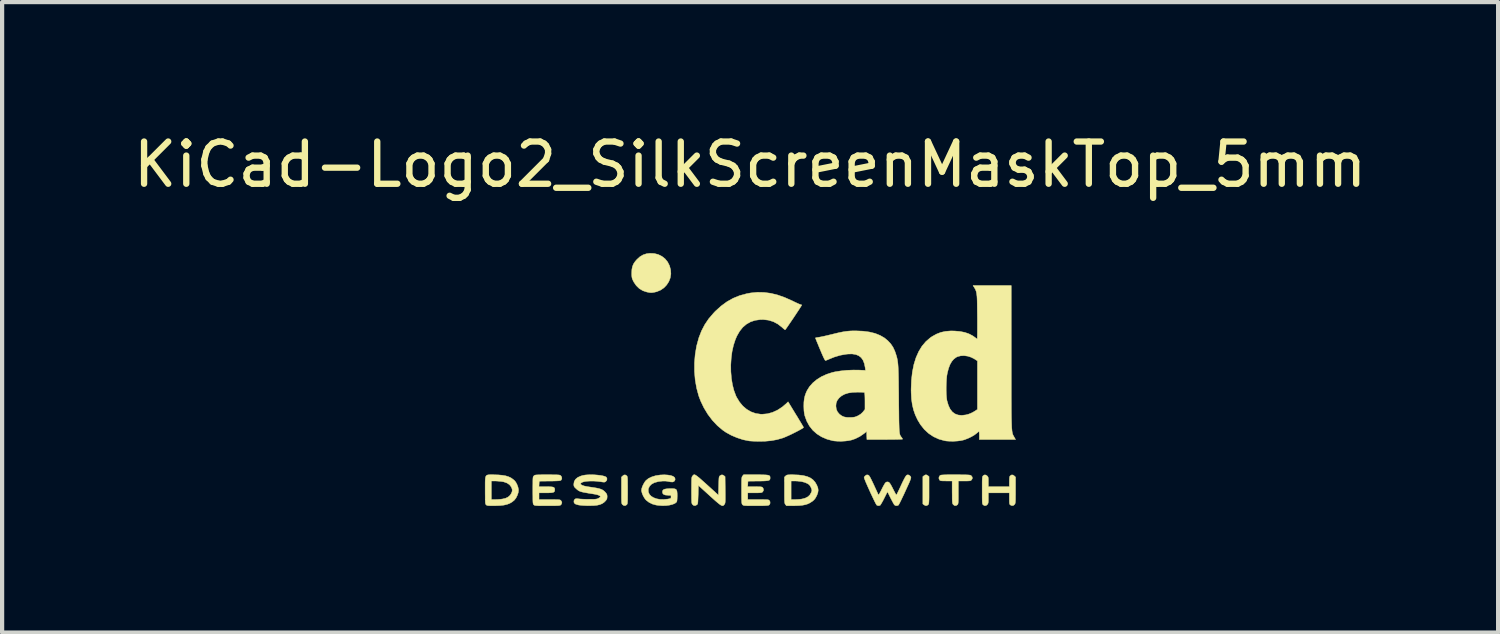
<source format=kicad_pcb>
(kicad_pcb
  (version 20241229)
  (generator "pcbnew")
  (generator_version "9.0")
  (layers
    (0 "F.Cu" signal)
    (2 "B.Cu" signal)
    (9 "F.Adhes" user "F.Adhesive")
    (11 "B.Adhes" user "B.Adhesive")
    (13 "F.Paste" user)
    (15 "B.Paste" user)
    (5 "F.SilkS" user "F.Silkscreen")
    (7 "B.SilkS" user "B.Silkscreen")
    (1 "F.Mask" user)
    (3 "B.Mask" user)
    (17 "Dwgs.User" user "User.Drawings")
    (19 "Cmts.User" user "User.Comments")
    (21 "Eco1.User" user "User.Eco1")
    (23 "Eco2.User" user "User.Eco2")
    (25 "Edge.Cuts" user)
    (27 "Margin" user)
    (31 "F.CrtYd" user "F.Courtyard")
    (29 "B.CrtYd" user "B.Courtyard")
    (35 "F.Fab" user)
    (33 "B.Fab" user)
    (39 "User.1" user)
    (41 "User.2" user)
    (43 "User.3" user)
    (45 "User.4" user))
  (footprint "KiCad-Logo2_SilkScreenMaskTop_5mm"
    (layer "F.Cu")
    (at 14.72 5.928)
    (property "Reference" "KiCad-Logo2_SilkScreenMaskTop_5mm" (at 0 -5.08 0) (layer "F.SilkS") (effects (font (size 1 1) (thickness 0.15))))
    (attr exclude_from_pos_files exclude_from_bom)
    (fp_poly (pts (xy -2.946 -2.511) (xy -2.936 -2.397) (xy -2.904 -2.289) (xy -2.853 -2.19) (xy -2.784 -2.102) (xy -2.699 -2.027) (xy -2.602 -1.97) (xy -2.496 -1.93) (xy -2.389 -1.911) (xy -2.283 -1.913) (xy -2.181 -1.932) (xy -2.085 -1.969) (xy -1.996 -2.021) (xy -1.917 -2.087) (xy -1.849 -2.167) (xy -1.796 -2.258) (xy -1.759 -2.359) (xy -1.74 -2.47) (xy -1.738 -2.52) (xy -1.738 -2.608) (xy -1.687 -2.608) (xy -1.65 -2.605) (xy -1.623 -2.593) (xy -1.596 -2.569) (xy -1.558 -2.531) (xy -1.558 -0.339) (xy -1.558 -0.077) (xy -1.558 0.163) (xy -1.558 0.383) (xy -1.558 0.583) (xy -1.558 0.764) (xy -1.558 0.928) (xy -1.559 1.074) (xy -1.559 1.205) (xy -1.559 1.32) (xy -1.56 1.421) (xy -1.561 1.509) (xy -1.561 1.585) (xy -1.562 1.65) (xy -1.563 1.704) (xy -1.564 1.749) (xy -1.565 1.786) (xy -1.567 1.815) (xy -1.568 1.837) (xy -1.57 1.854) (xy -1.572 1.866) (xy -1.574 1.874) (xy -1.576 1.88) (xy -1.577 1.882) (xy -1.581 1.889) (xy -1.585 1.895) (xy -1.589 1.901) (xy -1.594 1.906) (xy -1.601 1.911) (xy -1.611 1.916) (xy -1.625 1.92) (xy -1.645 1.923) (xy -1.669 1.926) (xy -1.701 1.929) (xy -1.741 1.931) (xy -1.789 1.934) (xy -1.846 1.935) (xy -1.914 1.937) (xy -1.994 1.938) (xy -2.085 1.939) (xy -2.19 1.94) (xy -2.309 1.94) (xy -2.443 1.941) (xy -2.593 1.941) (xy -2.76 1.941) (xy -2.945 1.942) (xy -3.149 1.942) (xy -3.372 1.942) (xy -3.616 1.941) (xy -3.881 1.941) (xy -3.92 1.941) (xy -4.187 1.941) (xy -4.432 1.941) (xy -4.657 1.941) (xy -4.861 1.941) (xy -5.047 1.941) (xy -5.215 1.941) (xy -5.366 1.94) (xy -5.501 1.94) (xy -5.62 1.939) (xy -5.725 1.939) (xy -5.817 1.938) (xy -5.896 1.938) (xy -5.964 1.937) (xy -6.021 1.936) (xy -6.069 1.935) (xy -6.107 1.933) (xy -6.138 1.932) (xy -6.162 1.931) (xy -6.18 1.929) (xy -6.192 1.927) (xy -6.201 1.925) (xy -6.205 1.923) (xy -6.214 1.92) (xy -6.221 1.917) (xy -6.229 1.915) (xy -6.235 1.911) (xy -6.241 1.906) (xy -6.246 1.897) (xy -6.251 1.885) (xy -6.255 1.869) (xy -6.259 1.846) (xy -6.262 1.818) (xy -6.265 1.781) (xy -6.268 1.737) (xy -6.27 1.683) (xy -6.271 1.618) (xy -6.273 1.543) (xy -6.274 1.455) (xy -6.275 1.354) (xy -6.276 1.239) (xy -6.276 1.11) (xy -6.276 0.964) (xy -6.277 0.802) (xy -6.277 0.621) (xy -6.277 0.422) (xy -6.277 0.204) (xy -6.277 -0.035) (xy -6.277 -0.296) (xy -6.277 -0.338) (xy -6.277 -0.601) (xy -6.277 -0.842) (xy -6.277 -1.063) (xy -6.277 -1.264) (xy -6.277 -1.446) (xy -6.276 -1.61) (xy -6.276 -1.757) (xy -6.276 -1.888) (xy -6.275 -1.998) (xy -5.972 -1.998) (xy -5.932 -1.94) (xy -5.921 -1.925) (xy -5.911 -1.911) (xy -5.902 -1.897) (xy -5.894 -1.883) (xy -5.887 -1.868) (xy -5.881 -1.849) (xy -5.875 -1.826) (xy -5.871 -1.798) (xy -5.867 -1.764) (xy -5.863 -1.722) (xy -5.861 -1.67) (xy -5.858 -1.609) (xy -5.857 -1.537) (xy -5.855 -1.452) (xy -5.855 -1.354) (xy -5.854 -1.24) (xy -5.853 -1.111) (xy -5.853 -0.965) (xy -5.853 -0.8) (xy -5.853 -0.616) (xy -5.853 -0.41) (xy -5.853 -0.288) (xy -5.853 -0.071) (xy -5.853 0.125) (xy -5.853 0.3) (xy -5.853 0.456) (xy -5.854 0.595) (xy -5.854 0.717) (xy -5.855 0.823) (xy -5.856 0.915) (xy -5.857 0.994) (xy -5.859 1.062) (xy -5.862 1.118) (xy -5.865 1.165) (xy -5.868 1.204) (xy -5.872 1.235) (xy -5.877 1.261) (xy -5.883 1.282) (xy -5.89 1.299) (xy -5.897 1.314) (xy -5.906 1.327) (xy -5.915 1.341) (xy -5.925 1.356) (xy -5.932 1.365) (xy -5.97 1.422) (xy -5.439 1.422) (xy -5.315 1.422) (xy -5.213 1.422) (xy -5.129 1.422) (xy -5.063 1.421) (xy -5.012 1.42) (xy -4.974 1.419) (xy -4.948 1.417) (xy -4.932 1.415) (xy -4.923 1.412) (xy -4.921 1.408) (xy -4.923 1.404) (xy -4.925 1.403) (xy -4.95 1.366) (xy -4.976 1.313) (xy -4.999 1.251) (xy -5.007 1.224) (xy -5.012 1.206) (xy -5.016 1.185) (xy -5.019 1.159) (xy -5.022 1.126) (xy -5.024 1.083) (xy -5.026 1.028) (xy -5.028 0.96) (xy -5.029 0.877) (xy -5.03 0.775) (xy -5.031 0.654) (xy -5.032 0.61) (xy -5.033 0.484) (xy -5.033 0.38) (xy -5.034 0.295) (xy -5.034 0.227) (xy -5.034 0.174) (xy -5.033 0.135) (xy -5.031 0.107) (xy -5.029 0.09) (xy -5.027 0.081) (xy -5.023 0.078) (xy -5.019 0.08) (xy -5.015 0.085) (xy -5.004 0.098) (xy -4.982 0.127) (xy -4.95 0.17) (xy -4.909 0.225) (xy -4.861 0.289) (xy -4.808 0.362) (xy -4.751 0.44) (xy -4.691 0.521) (xy -4.631 0.603) (xy -4.572 0.685) (xy -4.514 0.763) (xy -4.461 0.836) (xy -4.413 0.902) (xy -4.373 0.959) (xy -4.341 1.004) (xy -4.318 1.035) (xy -4.314 1.041) (xy -4.291 1.078) (xy -4.264 1.126) (xy -4.239 1.176) (xy -4.236 1.183) (xy -4.214 1.231) (xy -4.201 1.268) (xy -4.196 1.304) (xy -4.194 1.346) (xy -4.195 1.422) (xy -3.041 1.422) (xy -3.132 1.329) (xy -3.179 1.279) (xy -3.229 1.222) (xy -3.275 1.168) (xy -3.295 1.143) (xy -3.326 1.103) (xy -3.366 1.05) (xy -3.414 0.985) (xy -3.47 0.909) (xy -3.532 0.825) (xy -3.599 0.733) (xy -3.669 0.636) (xy -3.743 0.535) (xy -3.817 0.432) (xy -3.892 0.328) (xy -3.966 0.225) (xy -4.038 0.125) (xy -4.106 0.029) (xy -4.17 -0.061) (xy -4.229 -0.144) (xy -4.28 -0.218) (xy -4.324 -0.28) (xy -4.359 -0.33) (xy -4.383 -0.367) (xy -4.396 -0.387) (xy -4.398 -0.391) (xy -4.39 -0.403) (xy -4.369 -0.43) (xy -4.337 -0.471) (xy -4.294 -0.525) (xy -4.243 -0.589) (xy -4.185 -0.663) (xy -4.12 -0.744) (xy -4.051 -0.831) (xy -3.979 -0.921) (xy -3.904 -1.014) (xy -3.845 -1.088) (xy -2.834 -1.088) (xy -2.828 -1.075) (xy -2.813 -1.053) (xy -2.812 -1.052) (xy -2.793 -1.021) (xy -2.774 -0.985) (xy -2.77 -0.976) (xy -2.766 -0.968) (xy -2.763 -0.958) (xy -2.76 -0.945) (xy -2.758 -0.927) (xy -2.756 -0.904) (xy -2.754 -0.873) (xy -2.753 -0.833) (xy -2.751 -0.784) (xy -2.75 -0.723) (xy -2.749 -0.649) (xy -2.749 -0.561) (xy -2.748 -0.457) (xy -2.747 -0.337) (xy -2.747 -0.198) (xy -2.746 -0.039) (xy -2.746 0.14) (xy -2.745 0.325) (xy -2.745 0.489) (xy -2.745 0.633) (xy -2.744 0.759) (xy -2.745 0.868) (xy -2.745 0.961) (xy -2.747 1.04) (xy -2.748 1.106) (xy -2.75 1.161) (xy -2.753 1.206) (xy -2.757 1.242) (xy -2.761 1.271) (xy -2.766 1.295) (xy -2.772 1.313) (xy -2.779 1.329) (xy -2.787 1.344) (xy -2.797 1.358) (xy -2.805 1.37) (xy -2.822 1.396) (xy -2.832 1.414) (xy -2.834 1.417) (xy -2.823 1.418) (xy -2.791 1.419) (xy -2.742 1.42) (xy -2.677 1.421) (xy -2.599 1.422) (xy -2.51 1.422) (xy -2.411 1.422) (xy -2.342 1.422) (xy -2.237 1.422) (xy -2.141 1.422) (xy -2.054 1.421) (xy -1.98 1.419) (xy -1.921 1.418) (xy -1.879 1.416) (xy -1.855 1.414) (xy -1.851 1.412) (xy -1.859 1.398) (xy -1.867 1.39) (xy -1.88 1.372) (xy -1.897 1.342) (xy -1.909 1.318) (xy -1.936 1.259) (xy -1.939 0.082) (xy -1.942 -1.095) (xy -2.388 -1.095) (xy -2.486 -1.095) (xy -2.576 -1.094) (xy -2.657 -1.094) (xy -2.725 -1.093) (xy -2.779 -1.092) (xy -2.815 -1.09) (xy -2.833 -1.089) (xy -2.834 -1.088) (xy -3.845 -1.088) (xy -3.829 -1.107) (xy -3.755 -1.199) (xy -3.683 -1.289) (xy -3.615 -1.374) (xy -3.551 -1.452) (xy -3.494 -1.523) (xy -3.444 -1.584) (xy -3.403 -1.633) (xy -3.386 -1.654) (xy -3.3 -1.754) (xy -3.223 -1.838) (xy -3.154 -1.906) (xy -3.091 -1.96) (xy -3.082 -1.967) (xy -3.042 -1.998) (xy -4.174 -1.998) (xy -4.169 -1.95) (xy -4.172 -1.893) (xy -4.194 -1.825) (xy -4.234 -1.745) (xy -4.279 -1.673) (xy -4.295 -1.65) (xy -4.323 -1.612) (xy -4.361 -1.562) (xy -4.408 -1.501) (xy -4.462 -1.432) (xy -4.52 -1.356) (xy -4.582 -1.276) (xy -4.646 -1.194) (xy -4.71 -1.112) (xy -4.773 -1.032) (xy -4.832 -0.957) (xy -4.887 -0.888) (xy -4.935 -0.828) (xy -4.974 -0.778) (xy -5.004 -0.742) (xy -5.022 -0.72) (xy -5.025 -0.717) (xy -5.028 -0.725) (xy -5.03 -0.755) (xy -5.032 -0.807) (xy -5.033 -0.881) (xy -5.033 -0.977) (xy -5.033 -1.094) (xy -5.032 -1.214) (xy -5.03 -1.346) (xy -5.029 -1.457) (xy -5.027 -1.551) (xy -5.024 -1.629) (xy -5.021 -1.692) (xy -5.016 -1.745) (xy -5.009 -1.788) (xy -5.002 -1.823) (xy -4.992 -1.854) (xy -4.98 -1.882) (xy -4.965 -1.91) (xy -4.95 -1.935) (xy -4.912 -1.998) (xy -5.972 -1.998) (xy -6.275 -1.998) (xy -6.275 -2.004) (xy -6.274 -2.106) (xy -6.273 -2.195) (xy -6.272 -2.272) (xy -6.27 -2.337) (xy -6.269 -2.393) (xy -6.266 -2.438) (xy -6.264 -2.475) (xy -6.261 -2.505) (xy -6.258 -2.528) (xy -6.254 -2.546) (xy -6.25 -2.559) (xy -6.245 -2.568) (xy -6.24 -2.574) (xy -6.234 -2.579) (xy -6.228 -2.582) (xy -6.222 -2.586) (xy -6.216 -2.589) (xy -6.21 -2.592) (xy -6.202 -2.594) (xy -6.19 -2.596) (xy -6.173 -2.598) (xy -6.149 -2.6) (xy -6.118 -2.601) (xy -6.079 -2.602) (xy -6.03 -2.603) (xy -5.971 -2.604) (xy -5.899 -2.605) (xy -5.815 -2.606) (xy -5.718 -2.606) (xy -5.605 -2.607) (xy -5.476 -2.607) (xy -5.33 -2.607) (xy -5.166 -2.608) (xy -4.982 -2.608) (xy -4.778 -2.608) (xy -4.567 -2.608) (xy -2.946 -2.608) (xy -2.946 -2.511)) (stroke (width 0.01) (type solid)) (fill yes) (layer "F.Mask"))
    (fp_poly (pts (xy 4.189 2.276) (xy 4.212 2.291) (xy 4.239 2.312) (xy 4.239 2.634) (xy 4.239 2.728) (xy 4.239 2.802) (xy 4.238 2.859) (xy 4.236 2.901) (xy 4.234 2.931) (xy 4.231 2.951) (xy 4.227 2.965) (xy 4.221 2.974) (xy 4.217 2.979) (xy 4.186 3) (xy 4.15 2.999) (xy 4.119 2.981) (xy 4.092 2.96) (xy 4.092 2.312) (xy 4.119 2.291) (xy 4.145 2.275) (xy 4.166 2.269) (xy 4.189 2.276)) (stroke (width 0.01) (type solid)) (fill yes) (layer "F.SilkS"))
    (fp_poly (pts (xy -2.924 2.292) (xy -2.917 2.299) (xy -2.912 2.309) (xy -2.908 2.324) (xy -2.905 2.346) (xy -2.903 2.378) (xy -2.902 2.422) (xy -2.902 2.482) (xy -2.901 2.56) (xy -2.901 2.636) (xy -2.901 2.73) (xy -2.902 2.804) (xy -2.902 2.86) (xy -2.904 2.902) (xy -2.906 2.932) (xy -2.909 2.952) (xy -2.913 2.965) (xy -2.919 2.974) (xy -2.924 2.98) (xy -2.957 3) (xy -2.992 2.998) (xy -3.023 2.977) (xy -3.031 2.968) (xy -3.036 2.959) (xy -3.041 2.945) (xy -3.044 2.924) (xy -3.046 2.895) (xy -3.047 2.853) (xy -3.048 2.796) (xy -3.048 2.722) (xy -3.048 2.638) (xy -3.048 2.324) (xy -3.02 2.297) (xy -2.986 2.273) (xy -2.953 2.273) (xy -2.924 2.292)) (stroke (width 0.01) (type solid)) (fill yes) (layer "F.SilkS"))
    (fp_poly (pts (xy -2.273 -2.973) (xy -2.177 -2.949) (xy -2.09 -2.906) (xy -2.015 -2.847) (xy -1.954 -2.772) (xy -1.909 -2.683) (xy -1.883 -2.586) (xy -1.877 -2.489) (xy -1.892 -2.395) (xy -1.926 -2.307) (xy -1.977 -2.228) (xy -2.042 -2.16) (xy -2.121 -2.106) (xy -2.212 -2.068) (xy -2.263 -2.056) (xy -2.308 -2.048) (xy -2.342 -2.045) (xy -2.375 -2.047) (xy -2.415 -2.054) (xy -2.449 -2.061) (xy -2.542 -2.092) (xy -2.626 -2.143) (xy -2.698 -2.213) (xy -2.756 -2.298) (xy -2.77 -2.326) (xy -2.787 -2.362) (xy -2.797 -2.392) (xy -2.802 -2.425) (xy -2.805 -2.466) (xy -2.805 -2.512) (xy -2.801 -2.596) (xy -2.787 -2.665) (xy -2.762 -2.726) (xy -2.723 -2.784) (xy -2.684 -2.829) (xy -2.612 -2.895) (xy -2.537 -2.94) (xy -2.455 -2.967) (xy -2.377 -2.977) (xy -2.273 -2.973)) (stroke (width 0.01) (type solid)) (fill yes) (layer "F.SilkS"))
    (fp_poly (pts (xy 4.963 2.269) (xy 5.042 2.27) (xy 5.103 2.27) (xy 5.149 2.272) (xy 5.182 2.274) (xy 5.205 2.277) (xy 5.221 2.28) (xy 5.231 2.285) (xy 5.236 2.289) (xy 5.261 2.321) (xy 5.265 2.355) (xy 5.249 2.386) (xy 5.238 2.398) (xy 5.227 2.406) (xy 5.211 2.412) (xy 5.186 2.414) (xy 5.147 2.416) (xy 5.09 2.416) (xy 5.079 2.416) (xy 4.933 2.416) (xy 4.933 2.687) (xy 4.933 2.772) (xy 4.933 2.838) (xy 4.932 2.887) (xy 4.93 2.922) (xy 4.927 2.946) (xy 4.923 2.962) (xy 4.918 2.972) (xy 4.911 2.98) (xy 4.878 3) (xy 4.843 2.999) (xy 4.812 2.976) (xy 4.81 2.973) (xy 4.802 2.962) (xy 4.797 2.95) (xy 4.793 2.933) (xy 4.79 2.908) (xy 4.788 2.872) (xy 4.787 2.822) (xy 4.787 2.755) (xy 4.786 2.68) (xy 4.786 2.416) (xy 4.647 2.416) (xy 4.587 2.415) (xy 4.546 2.414) (xy 4.519 2.411) (xy 4.502 2.405) (xy 4.49 2.397) (xy 4.489 2.395) (xy 4.473 2.362) (xy 4.474 2.324) (xy 4.493 2.292) (xy 4.5 2.285) (xy 4.51 2.28) (xy 4.524 2.276) (xy 4.545 2.274) (xy 4.575 2.272) (xy 4.618 2.27) (xy 4.676 2.269) (xy 4.75 2.269) (xy 4.844 2.269) (xy 4.864 2.269) (xy 4.963 2.269)) (stroke (width 0.01) (type solid)) (fill yes) (layer "F.SilkS"))
    (fp_poly (pts (xy 6.229 2.275) (xy 6.26 2.297) (xy 6.288 2.324) (xy 6.288 2.634) (xy 6.288 2.726) (xy 6.287 2.798) (xy 6.287 2.853) (xy 6.285 2.893) (xy 6.283 2.922) (xy 6.28 2.942) (xy 6.275 2.956) (xy 6.269 2.967) (xy 6.265 2.973) (xy 6.234 2.998) (xy 6.198 3) (xy 6.166 2.985) (xy 6.156 2.976) (xy 6.148 2.965) (xy 6.144 2.946) (xy 6.142 2.915) (xy 6.141 2.869) (xy 6.141 2.833) (xy 6.141 2.698) (xy 5.644 2.698) (xy 5.644 2.821) (xy 5.644 2.877) (xy 5.642 2.915) (xy 5.638 2.941) (xy 5.63 2.96) (xy 5.621 2.973) (xy 5.59 2.998) (xy 5.555 3.001) (xy 5.522 2.983) (xy 5.513 2.974) (xy 5.506 2.962) (xy 5.502 2.943) (xy 5.499 2.914) (xy 5.498 2.87) (xy 5.497 2.808) (xy 5.497 2.794) (xy 5.497 2.678) (xy 5.497 2.582) (xy 5.497 2.504) (xy 5.497 2.443) (xy 5.498 2.396) (xy 5.5 2.361) (xy 5.502 2.335) (xy 5.505 2.318) (xy 5.51 2.306) (xy 5.515 2.298) (xy 5.52 2.292) (xy 5.552 2.272) (xy 5.585 2.275) (xy 5.617 2.297) (xy 5.629 2.311) (xy 5.638 2.327) (xy 5.642 2.35) (xy 5.644 2.384) (xy 5.644 2.436) (xy 5.644 2.551) (xy 6.141 2.551) (xy 6.141 2.433) (xy 6.142 2.378) (xy 6.144 2.341) (xy 6.148 2.317) (xy 6.155 2.301) (xy 6.164 2.292) (xy 6.196 2.272) (xy 6.229 2.275)) (stroke (width 0.01) (type solid)) (fill yes) (layer "F.SilkS"))
    (fp_poly (pts (xy 1.018 2.269) (xy 1.147 2.274) (xy 1.257 2.287) (xy 1.349 2.31) (xy 1.426 2.343) (xy 1.489 2.388) (xy 1.539 2.444) (xy 1.58 2.514) (xy 1.58 2.515) (xy 1.605 2.577) (xy 1.613 2.633) (xy 1.606 2.688) (xy 1.584 2.751) (xy 1.579 2.761) (xy 1.55 2.817) (xy 1.517 2.86) (xy 1.475 2.897) (xy 1.417 2.934) (xy 1.414 2.936) (xy 1.364 2.96) (xy 1.307 2.978) (xy 1.24 2.991) (xy 1.159 2.999) (xy 1.06 3.002) (xy 1.025 3.002) (xy 0.86 3.003) (xy 0.836 2.973) (xy 0.829 2.963) (xy 0.824 2.952) (xy 0.82 2.936) (xy 0.817 2.913) (xy 0.815 2.88) (xy 0.814 2.856) (xy 0.971 2.856) (xy 1.065 2.856) (xy 1.12 2.854) (xy 1.176 2.85) (xy 1.222 2.844) (xy 1.225 2.844) (xy 1.307 2.822) (xy 1.371 2.789) (xy 1.418 2.743) (xy 1.451 2.683) (xy 1.457 2.667) (xy 1.463 2.642) (xy 1.46 2.618) (xy 1.448 2.585) (xy 1.441 2.569) (xy 1.418 2.527) (xy 1.39 2.497) (xy 1.359 2.477) (xy 1.297 2.45) (xy 1.218 2.43) (xy 1.125 2.419) (xy 1.058 2.416) (xy 0.971 2.416) (xy 0.971 2.856) (xy 0.814 2.856) (xy 0.814 2.835) (xy 0.813 2.774) (xy 0.813 2.696) (xy 0.813 2.634) (xy 0.813 2.324) (xy 0.841 2.297) (xy 0.853 2.286) (xy 0.866 2.278) (xy 0.885 2.273) (xy 0.913 2.27) (xy 0.955 2.269) (xy 1.015 2.269) (xy 1.018 2.269)) (stroke (width 0.01) (type solid)) (fill yes) (layer "F.SilkS"))
    (fp_poly (pts (xy -6.121 2.269) (xy -6.082 2.269) (xy -5.966 2.272) (xy -5.869 2.281) (xy -5.788 2.295) (xy -5.719 2.317) (xy -5.658 2.347) (xy -5.604 2.387) (xy -5.584 2.404) (xy -5.552 2.443) (xy -5.523 2.497) (xy -5.5 2.557) (xy -5.488 2.615) (xy -5.486 2.636) (xy -5.494 2.695) (xy -5.516 2.759) (xy -5.547 2.82) (xy -5.584 2.868) (xy -5.59 2.874) (xy -5.641 2.915) (xy -5.696 2.947) (xy -5.76 2.971) (xy -5.834 2.988) (xy -5.924 2.998) (xy -6.031 3.002) (xy -6.08 3.003) (xy -6.142 3.003) (xy -6.186 3.001) (xy -6.215 2.999) (xy -6.234 2.994) (xy -6.247 2.987) (xy -6.254 2.98) (xy -6.261 2.973) (xy -6.266 2.963) (xy -6.27 2.948) (xy -6.273 2.926) (xy -6.274 2.894) (xy -6.276 2.85) (xy -6.276 2.79) (xy -6.277 2.712) (xy -6.277 2.636) (xy -6.277 2.535) (xy -6.277 2.454) (xy -6.276 2.416) (xy -6.13 2.416) (xy -6.13 2.856) (xy -6.037 2.856) (xy -5.981 2.854) (xy -5.922 2.85) (xy -5.873 2.844) (xy -5.872 2.844) (xy -5.792 2.825) (xy -5.731 2.795) (xy -5.684 2.753) (xy -5.655 2.707) (xy -5.636 2.656) (xy -5.638 2.608) (xy -5.659 2.557) (xy -5.7 2.504) (xy -5.758 2.465) (xy -5.833 2.438) (xy -5.883 2.429) (xy -5.939 2.423) (xy -6 2.418) (xy -6.051 2.416) (xy -6.054 2.416) (xy -6.13 2.416) (xy -6.276 2.416) (xy -6.275 2.392) (xy -6.271 2.345) (xy -6.263 2.312) (xy -6.25 2.29) (xy -6.23 2.277) (xy -6.203 2.27) (xy -6.167 2.269) (xy -6.121 2.269)) (stroke (width 0.01) (type solid)) (fill yes) (layer "F.SilkS"))
    (fp_poly (pts (xy -1.3 2.273) (xy -1.277 2.287) (xy -1.246 2.31) (xy -1.206 2.342) (xy -1.156 2.386) (xy -1.094 2.441) (xy -1.018 2.509) (xy -0.931 2.588) (xy -0.751 2.752) (xy -0.745 2.532) (xy -0.743 2.456) (xy -0.741 2.4) (xy -0.739 2.36) (xy -0.736 2.332) (xy -0.731 2.314) (xy -0.725 2.303) (xy -0.717 2.294) (xy -0.713 2.291) (xy -0.678 2.272) (xy -0.645 2.274) (xy -0.619 2.291) (xy -0.593 2.312) (xy -0.589 2.627) (xy -0.588 2.72) (xy -0.588 2.793) (xy -0.588 2.848) (xy -0.589 2.889) (xy -0.591 2.919) (xy -0.594 2.939) (xy -0.598 2.953) (xy -0.604 2.964) (xy -0.61 2.972) (xy -0.623 2.988) (xy -0.637 2.999) (xy -0.652 3.003) (xy -0.671 2.999) (xy -0.695 2.987) (xy -0.727 2.965) (xy -0.768 2.932) (xy -0.821 2.887) (xy -0.886 2.829) (xy -0.96 2.762) (xy -1.225 2.521) (xy -1.23 2.741) (xy -1.233 2.816) (xy -1.235 2.872) (xy -1.237 2.913) (xy -1.24 2.94) (xy -1.244 2.958) (xy -1.25 2.969) (xy -1.259 2.978) (xy -1.263 2.981) (xy -1.3 3) (xy -1.335 2.997) (xy -1.365 2.973) (xy -1.372 2.963) (xy -1.378 2.952) (xy -1.382 2.936) (xy -1.385 2.913) (xy -1.386 2.88) (xy -1.388 2.835) (xy -1.388 2.774) (xy -1.389 2.694) (xy -1.389 2.636) (xy -1.388 2.544) (xy -1.388 2.473) (xy -1.387 2.418) (xy -1.386 2.378) (xy -1.384 2.349) (xy -1.38 2.329) (xy -1.376 2.315) (xy -1.37 2.305) (xy -1.365 2.299) (xy -1.354 2.285) (xy -1.343 2.274) (xy -1.332 2.268) (xy -1.318 2.267) (xy -1.3 2.273)) (stroke (width 0.01) (type solid)) (fill yes) (layer "F.SilkS"))
    (fp_poly (pts (xy -1.95 2.275) (xy -1.882 2.286) (xy -1.829 2.304) (xy -1.795 2.327) (xy -1.785 2.341) (xy -1.776 2.372) (xy -1.782 2.4) (xy -1.802 2.427) (xy -1.834 2.44) (xy -1.879 2.439) (xy -1.914 2.432) (xy -1.992 2.419) (xy -2.072 2.418) (xy -2.162 2.428) (xy -2.186 2.433) (xy -2.269 2.456) (xy -2.334 2.491) (xy -2.38 2.537) (xy -2.407 2.592) (xy -2.413 2.621) (xy -2.409 2.68) (xy -2.386 2.732) (xy -2.345 2.776) (xy -2.288 2.811) (xy -2.219 2.837) (xy -2.138 2.852) (xy -2.048 2.854) (xy -1.951 2.845) (xy -1.945 2.844) (xy -1.907 2.836) (xy -1.885 2.83) (xy -1.876 2.819) (xy -1.874 2.802) (xy -1.874 2.793) (xy -1.874 2.754) (xy -1.942 2.754) (xy -2.003 2.75) (xy -2.044 2.737) (xy -2.068 2.714) (xy -2.077 2.679) (xy -2.077 2.674) (xy -2.072 2.645) (xy -2.054 2.623) (xy -2.022 2.609) (xy -1.972 2.601) (xy -1.923 2.598) (xy -1.852 2.596) (xy -1.801 2.599) (xy -1.766 2.609) (xy -1.744 2.628) (xy -1.733 2.66) (xy -1.728 2.708) (xy -1.727 2.77) (xy -1.729 2.84) (xy -1.733 2.887) (xy -1.74 2.912) (xy -1.741 2.914) (xy -1.78 2.946) (xy -1.837 2.97) (xy -1.909 2.988) (xy -1.991 2.999) (xy -2.081 3.001) (xy -2.175 2.994) (xy -2.23 2.986) (xy -2.316 2.962) (xy -2.396 2.922) (xy -2.463 2.87) (xy -2.473 2.86) (xy -2.506 2.816) (xy -2.536 2.762) (xy -2.559 2.706) (xy -2.572 2.654) (xy -2.574 2.635) (xy -2.567 2.593) (xy -2.55 2.542) (xy -2.524 2.488) (xy -2.495 2.439) (xy -2.469 2.406) (xy -2.408 2.357) (xy -2.329 2.319) (xy -2.235 2.29) (xy -2.129 2.274) (xy -2.032 2.27) (xy -1.95 2.275)) (stroke (width 0.01) (type solid)) (fill yes) (layer "F.SilkS"))
    (fp_poly (pts (xy 0.23 2.269) (xy 0.307 2.27) (xy 0.365 2.272) (xy 0.408 2.276) (xy 0.438 2.282) (xy 0.457 2.291) (xy 0.468 2.303) (xy 0.473 2.319) (xy 0.474 2.339) (xy 0.474 2.341) (xy 0.473 2.364) (xy 0.468 2.382) (xy 0.457 2.395) (xy 0.437 2.404) (xy 0.406 2.41) (xy 0.36 2.414) (xy 0.298 2.417) (xy 0.216 2.418) (xy 0.191 2.418) (xy -0.051 2.421) (xy -0.054 2.486) (xy -0.058 2.551) (xy 0.111 2.551) (xy 0.176 2.552) (xy 0.223 2.553) (xy 0.255 2.555) (xy 0.276 2.559) (xy 0.289 2.565) (xy 0.299 2.573) (xy 0.299 2.573) (xy 0.316 2.607) (xy 0.316 2.643) (xy 0.297 2.674) (xy 0.294 2.678) (xy 0.281 2.686) (xy 0.263 2.692) (xy 0.237 2.695) (xy 0.197 2.697) (xy 0.142 2.698) (xy 0.106 2.698) (xy -0.056 2.698) (xy -0.056 2.856) (xy 0.19 2.856) (xy 0.272 2.856) (xy 0.333 2.857) (xy 0.379 2.858) (xy 0.41 2.86) (xy 0.431 2.864) (xy 0.445 2.868) (xy 0.453 2.874) (xy 0.455 2.877) (xy 0.472 2.908) (xy 0.473 2.944) (xy 0.46 2.975) (xy 0.449 2.985) (xy 0.438 2.991) (xy 0.421 2.995) (xy 0.396 2.998) (xy 0.359 3) (xy 0.308 3.002) (xy 0.24 3.003) (xy 0.153 3.003) (xy 0.133 3.003) (xy 0.045 3.003) (xy -0.024 3.002) (xy -0.075 3.002) (xy -0.113 3) (xy -0.139 2.998) (xy -0.156 2.994) (xy -0.167 2.989) (xy -0.176 2.983) (xy -0.18 2.978) (xy -0.187 2.97) (xy -0.192 2.96) (xy -0.196 2.945) (xy -0.199 2.923) (xy -0.201 2.89) (xy -0.202 2.845) (xy -0.203 2.785) (xy -0.203 2.707) (xy -0.203 2.641) (xy -0.203 2.549) (xy -0.203 2.476) (xy -0.202 2.421) (xy -0.201 2.38) (xy -0.198 2.35) (xy -0.195 2.33) (xy -0.191 2.316) (xy -0.185 2.305) (xy -0.18 2.299) (xy -0.156 2.269) (xy 0.134 2.269) (xy 0.23 2.269)) (stroke (width 0.01) (type solid)) (fill yes) (layer "F.SilkS"))
    (fp_poly (pts (xy -4.713 2.269) (xy -4.643 2.27) (xy -4.591 2.27) (xy -4.553 2.272) (xy -4.526 2.274) (xy -4.508 2.278) (xy -4.496 2.283) (xy -4.487 2.289) (xy -4.484 2.292) (xy -4.464 2.323) (xy -4.46 2.359) (xy -4.473 2.391) (xy -4.48 2.397) (xy -4.489 2.403) (xy -4.505 2.408) (xy -4.529 2.412) (xy -4.566 2.414) (xy -4.617 2.416) (xy -4.685 2.418) (xy -4.748 2.418) (xy -4.995 2.421) (xy -4.999 2.486) (xy -5.002 2.551) (xy -4.834 2.551) (xy -4.761 2.552) (xy -4.708 2.555) (xy -4.671 2.56) (xy -4.647 2.57) (xy -4.634 2.586) (xy -4.629 2.607) (xy -4.628 2.628) (xy -4.631 2.653) (xy -4.64 2.671) (xy -4.659 2.684) (xy -4.691 2.692) (xy -4.738 2.696) (xy -4.804 2.698) (xy -4.84 2.698) (xy -5.001 2.698) (xy -5.001 2.856) (xy -4.753 2.856) (xy -4.671 2.856) (xy -4.609 2.857) (xy -4.564 2.858) (xy -4.532 2.86) (xy -4.511 2.863) (xy -4.496 2.868) (xy -4.487 2.874) (xy -4.482 2.879) (xy -4.465 2.906) (xy -4.459 2.929) (xy -4.467 2.959) (xy -4.482 2.98) (xy -4.49 2.987) (xy -4.5 2.992) (xy -4.515 2.996) (xy -4.538 2.999) (xy -4.571 3.001) (xy -4.618 3.002) (xy -4.68 3.003) (xy -4.761 3.003) (xy -4.803 3.003) (xy -4.894 3.003) (xy -4.964 3.002) (xy -5.017 3.002) (xy -5.056 3) (xy -5.083 2.998) (xy -5.101 2.994) (xy -5.113 2.99) (xy -5.122 2.983) (xy -5.125 2.98) (xy -5.132 2.973) (xy -5.137 2.963) (xy -5.141 2.948) (xy -5.144 2.926) (xy -5.146 2.894) (xy -5.147 2.849) (xy -5.147 2.789) (xy -5.148 2.711) (xy -5.148 2.638) (xy -5.148 2.545) (xy -5.147 2.471) (xy -5.147 2.415) (xy -5.146 2.374) (xy -5.144 2.345) (xy -5.141 2.325) (xy -5.136 2.312) (xy -5.131 2.303) (xy -5.123 2.295) (xy -5.122 2.294) (xy -5.113 2.286) (xy -5.103 2.28) (xy -5.089 2.276) (xy -5.067 2.273) (xy -5.036 2.271) (xy -4.993 2.27) (xy -4.934 2.269) (xy -4.857 2.269) (xy -4.802 2.269) (xy -4.713 2.269)) (stroke (width 0.01) (type solid)) (fill yes) (layer "F.SilkS"))
    (fp_poly (pts (xy 3.745 2.271) (xy 3.764 2.278) (xy 3.765 2.278) (xy 3.792 2.299) (xy 3.806 2.32) (xy 3.809 2.329) (xy 3.809 2.342) (xy 3.805 2.361) (xy 3.796 2.387) (xy 3.782 2.424) (xy 3.761 2.473) (xy 3.732 2.536) (xy 3.695 2.617) (xy 3.675 2.661) (xy 3.639 2.74) (xy 3.604 2.812) (xy 3.574 2.876) (xy 3.548 2.928) (xy 3.528 2.965) (xy 3.516 2.986) (xy 3.513 2.989) (xy 3.482 3.001) (xy 3.447 3) (xy 3.419 2.984) (xy 3.418 2.983) (xy 3.407 2.966) (xy 3.388 2.933) (xy 3.364 2.888) (xy 3.337 2.836) (xy 3.327 2.817) (xy 3.254 2.67) (xy 3.174 2.829) (xy 3.146 2.884) (xy 3.119 2.932) (xy 3.097 2.969) (xy 3.081 2.991) (xy 3.076 2.996) (xy 3.034 3.002) (xy 3 2.989) (xy 2.99 2.974) (xy 2.972 2.943) (xy 2.949 2.897) (xy 2.921 2.839) (xy 2.89 2.774) (xy 2.857 2.704) (xy 2.824 2.631) (xy 2.792 2.56) (xy 2.763 2.494) (xy 2.737 2.435) (xy 2.718 2.386) (xy 2.705 2.352) (xy 2.7 2.334) (xy 2.7 2.334) (xy 2.711 2.311) (xy 2.733 2.289) (xy 2.735 2.288) (xy 2.762 2.272) (xy 2.787 2.273) (xy 2.796 2.275) (xy 2.808 2.282) (xy 2.82 2.294) (xy 2.834 2.315) (xy 2.852 2.347) (xy 2.875 2.393) (xy 2.905 2.455) (xy 2.932 2.512) (xy 2.962 2.578) (xy 2.99 2.638) (xy 3.013 2.688) (xy 3.03 2.725) (xy 3.039 2.746) (xy 3.041 2.749) (xy 3.047 2.743) (xy 3.061 2.721) (xy 3.081 2.685) (xy 3.106 2.638) (xy 3.115 2.619) (xy 3.148 2.554) (xy 3.174 2.507) (xy 3.194 2.474) (xy 3.21 2.454) (xy 3.226 2.443) (xy 3.242 2.439) (xy 3.252 2.438) (xy 3.271 2.44) (xy 3.287 2.447) (xy 3.303 2.462) (xy 3.321 2.487) (xy 3.344 2.526) (xy 3.373 2.581) (xy 3.389 2.613) (xy 3.415 2.663) (xy 3.437 2.705) (xy 3.454 2.734) (xy 3.464 2.748) (xy 3.466 2.749) (xy 3.472 2.738) (xy 3.487 2.709) (xy 3.508 2.666) (xy 3.534 2.612) (xy 3.564 2.548) (xy 3.578 2.517) (xy 3.616 2.436) (xy 3.647 2.374) (xy 3.672 2.328) (xy 3.692 2.297) (xy 3.71 2.278) (xy 3.727 2.271) (xy 3.745 2.271)) (stroke (width 0.01) (type solid)) (fill yes) (layer "F.SilkS"))
    (fp_poly (pts (xy -3.692 2.27) (xy -3.617 2.276) (xy -3.547 2.284) (xy -3.487 2.295) (xy -3.44 2.308) (xy -3.41 2.323) (xy -3.406 2.327) (xy -3.39 2.362) (xy -3.395 2.397) (xy -3.419 2.428) (xy -3.421 2.429) (xy -3.435 2.438) (xy -3.45 2.443) (xy -3.471 2.443) (xy -3.503 2.44) (xy -3.552 2.432) (xy -3.556 2.432) (xy -3.629 2.423) (xy -3.707 2.418) (xy -3.786 2.418) (xy -3.859 2.422) (xy -3.922 2.43) (xy -3.968 2.443) (xy -3.971 2.444) (xy -4.005 2.463) (xy -4.017 2.482) (xy -4.008 2.5) (xy -3.978 2.518) (xy -3.929 2.535) (xy -3.861 2.549) (xy -3.816 2.556) (xy -3.721 2.57) (xy -3.647 2.582) (xy -3.588 2.594) (xy -3.542 2.608) (xy -3.506 2.623) (xy -3.476 2.641) (xy -3.449 2.664) (xy -3.428 2.686) (xy -3.403 2.717) (xy -3.391 2.743) (xy -3.387 2.776) (xy -3.387 2.788) (xy -3.39 2.828) (xy -3.401 2.857) (xy -3.421 2.883) (xy -3.462 2.924) (xy -3.508 2.954) (xy -3.562 2.976) (xy -3.627 2.991) (xy -3.707 2.999) (xy -3.805 3.001) (xy -3.821 3.001) (xy -3.887 3) (xy -3.952 2.997) (xy -4.009 2.992) (xy -4.052 2.987) (xy -4.055 2.987) (xy -4.098 2.976) (xy -4.134 2.964) (xy -4.154 2.952) (xy -4.173 2.922) (xy -4.174 2.886) (xy -4.158 2.854) (xy -4.154 2.851) (xy -4.139 2.84) (xy -4.12 2.835) (xy -4.091 2.836) (xy -4.056 2.84) (xy -4.016 2.844) (xy -3.96 2.847) (xy -3.895 2.849) (xy -3.828 2.85) (xy -3.81 2.85) (xy -3.742 2.85) (xy -3.692 2.849) (xy -3.657 2.846) (xy -3.63 2.841) (xy -3.609 2.834) (xy -3.596 2.828) (xy -3.568 2.811) (xy -3.55 2.796) (xy -3.547 2.792) (xy -3.553 2.774) (xy -3.579 2.757) (xy -3.624 2.741) (xy -3.687 2.728) (xy -3.705 2.725) (xy -3.801 2.71) (xy -3.878 2.697) (xy -3.938 2.686) (xy -3.984 2.676) (xy -4.021 2.665) (xy -4.049 2.653) (xy -4.073 2.639) (xy -4.096 2.622) (xy -4.119 2.601) (xy -4.127 2.594) (xy -4.155 2.567) (xy -4.17 2.545) (xy -4.176 2.52) (xy -4.177 2.489) (xy -4.167 2.428) (xy -4.136 2.376) (xy -4.085 2.333) (xy -4.013 2.3) (xy -3.962 2.285) (xy -3.907 2.275) (xy -3.841 2.27) (xy -3.768 2.268) (xy -3.692 2.27)) (stroke (width 0.01) (type solid)) (fill yes) (layer "F.SilkS"))
    (fp_poly (pts (xy 0.328 -2.051) (xy 0.489 -2.03) (xy 0.653 -1.99) (xy 0.822 -1.93) (xy 1 -1.851) (xy 1.011 -1.845) (xy 1.069 -1.817) (xy 1.121 -1.793) (xy 1.162 -1.775) (xy 1.19 -1.764) (xy 1.2 -1.761) (xy 1.219 -1.756) (xy 1.224 -1.752) (xy 1.218 -1.741) (xy 1.202 -1.715) (xy 1.177 -1.676) (xy 1.145 -1.626) (xy 1.107 -1.569) (xy 1.066 -1.507) (xy 1.023 -1.442) (xy 0.98 -1.379) (xy 0.939 -1.319) (xy 0.902 -1.265) (xy 0.871 -1.22) (xy 0.847 -1.186) (xy 0.832 -1.167) (xy 0.83 -1.165) (xy 0.82 -1.17) (xy 0.798 -1.187) (xy 0.767 -1.214) (xy 0.752 -1.228) (xy 0.655 -1.303) (xy 0.548 -1.359) (xy 0.433 -1.394) (xy 0.31 -1.408) (xy 0.241 -1.407) (xy 0.119 -1.39) (xy 0.01 -1.354) (xy -0.087 -1.299) (xy -0.174 -1.225) (xy -0.249 -1.131) (xy -0.314 -1.018) (xy -0.351 -0.931) (xy -0.395 -0.796) (xy -0.428 -0.648) (xy -0.448 -0.493) (xy -0.458 -0.333) (xy -0.456 -0.173) (xy -0.443 -0.016) (xy -0.419 0.133) (xy -0.384 0.271) (xy -0.338 0.395) (xy -0.322 0.429) (xy -0.253 0.543) (xy -0.173 0.64) (xy -0.081 0.718) (xy 0.02 0.777) (xy 0.13 0.816) (xy 0.247 0.834) (xy 0.289 0.835) (xy 0.41 0.824) (xy 0.531 0.791) (xy 0.649 0.737) (xy 0.762 0.663) (xy 0.854 0.585) (xy 0.9 0.54) (xy 1.081 0.837) (xy 1.127 0.911) (xy 1.168 0.98) (xy 1.204 1.039) (xy 1.233 1.088) (xy 1.254 1.124) (xy 1.265 1.144) (xy 1.266 1.147) (xy 1.258 1.157) (xy 1.233 1.174) (xy 1.193 1.197) (xy 1.142 1.225) (xy 1.084 1.255) (xy 1.021 1.287) (xy 0.958 1.318) (xy 0.896 1.346) (xy 0.839 1.371) (xy 0.791 1.391) (xy 0.768 1.399) (xy 0.634 1.437) (xy 0.496 1.462) (xy 0.349 1.475) (xy 0.222 1.477) (xy 0.154 1.476) (xy 0.088 1.474) (xy 0.031 1.471) (xy -0.013 1.468) (xy -0.027 1.466) (xy -0.166 1.438) (xy -0.307 1.392) (xy -0.445 1.334) (xy -0.572 1.264) (xy -0.649 1.211) (xy -0.777 1.103) (xy -0.895 0.977) (xy -1.002 0.835) (xy -1.095 0.681) (xy -1.173 0.518) (xy -1.217 0.401) (xy -1.267 0.217) (xy -1.301 0.023) (xy -1.318 -0.179) (xy -1.318 -0.382) (xy -1.301 -0.584) (xy -1.268 -0.781) (xy -1.217 -0.967) (xy -1.214 -0.978) (xy -1.151 -1.14) (xy -1.074 -1.288) (xy -0.981 -1.426) (xy -0.868 -1.558) (xy -0.825 -1.604) (xy -0.688 -1.728) (xy -0.549 -1.83) (xy -0.403 -1.912) (xy -0.249 -1.975) (xy -0.084 -2.02) (xy 0.011 -2.038) (xy 0.17 -2.054) (xy 0.328 -2.051)) (stroke (width 0.01) (type solid)) (fill yes) (layer "F.SilkS"))
    (fp_poly (pts (xy 6.187 -0.528) (xy 6.187 -0.293) (xy 6.187 -0.08) (xy 6.187 0.112) (xy 6.187 0.285) (xy 6.187 0.441) (xy 6.188 0.579) (xy 6.188 0.701) (xy 6.189 0.808) (xy 6.19 0.901) (xy 6.192 0.982) (xy 6.194 1.051) (xy 6.196 1.11) (xy 6.198 1.159) (xy 6.202 1.2) (xy 6.205 1.234) (xy 6.21 1.262) (xy 6.214 1.285) (xy 6.22 1.304) (xy 6.226 1.321) (xy 6.233 1.335) (xy 6.24 1.349) (xy 6.249 1.364) (xy 6.254 1.373) (xy 6.288 1.434) (xy 5.43 1.434) (xy 5.43 1.338) (xy 5.429 1.294) (xy 5.427 1.261) (xy 5.424 1.243) (xy 5.423 1.242) (xy 5.412 1.249) (xy 5.389 1.267) (xy 5.366 1.286) (xy 5.312 1.327) (xy 5.242 1.368) (xy 5.165 1.405) (xy 5.088 1.435) (xy 5.057 1.445) (xy 4.989 1.46) (xy 4.906 1.47) (xy 4.816 1.475) (xy 4.728 1.474) (xy 4.649 1.469) (xy 4.612 1.463) (xy 4.473 1.425) (xy 4.346 1.367) (xy 4.23 1.29) (xy 4.127 1.195) (xy 4.036 1.081) (xy 3.969 0.97) (xy 3.914 0.854) (xy 3.872 0.734) (xy 3.842 0.608) (xy 3.823 0.472) (xy 3.815 0.32) (xy 3.814 0.243) (xy 3.816 0.186) (xy 4.645 0.186) (xy 4.645 0.279) (xy 4.648 0.367) (xy 4.654 0.444) (xy 4.662 0.505) (xy 4.665 0.517) (xy 4.697 0.625) (xy 4.738 0.712) (xy 4.79 0.779) (xy 4.853 0.826) (xy 4.926 0.853) (xy 5.011 0.862) (xy 5.107 0.851) (xy 5.17 0.835) (xy 5.219 0.817) (xy 5.274 0.791) (xy 5.314 0.767) (xy 5.385 0.721) (xy 5.385 -0.429) (xy 5.317 -0.473) (xy 5.239 -0.514) (xy 5.155 -0.541) (xy 5.07 -0.553) (xy 4.988 -0.549) (xy 4.915 -0.53) (xy 4.883 -0.515) (xy 4.826 -0.472) (xy 4.777 -0.415) (xy 4.735 -0.342) (xy 4.701 -0.252) (xy 4.672 -0.141) (xy 4.671 -0.135) (xy 4.66 -0.073) (xy 4.653 0.005) (xy 4.648 0.093) (xy 4.645 0.186) (xy 3.816 0.186) (xy 3.822 0.03) (xy 3.844 -0.166) (xy 3.88 -0.345) (xy 3.93 -0.506) (xy 3.994 -0.65) (xy 4.071 -0.777) (xy 4.163 -0.886) (xy 4.268 -0.977) (xy 4.314 -1.008) (xy 4.415 -1.064) (xy 4.518 -1.104) (xy 4.628 -1.128) (xy 4.749 -1.138) (xy 4.842 -1.137) (xy 4.971 -1.126) (xy 5.084 -1.104) (xy 5.183 -1.07) (xy 5.271 -1.024) (xy 5.32 -0.99) (xy 5.349 -0.968) (xy 5.371 -0.953) (xy 5.379 -0.948) (xy 5.381 -0.959) (xy 5.382 -0.99) (xy 5.383 -1.037) (xy 5.384 -1.1) (xy 5.384 -1.173) (xy 5.384 -1.256) (xy 5.384 -1.344) (xy 5.384 -1.436) (xy 5.383 -1.528) (xy 5.382 -1.618) (xy 5.381 -1.704) (xy 5.38 -1.781) (xy 5.379 -1.848) (xy 5.377 -1.902) (xy 5.375 -1.94) (xy 5.375 -1.947) (xy 5.367 -2.018) (xy 5.356 -2.073) (xy 5.338 -2.12) (xy 5.312 -2.166) (xy 5.305 -2.176) (xy 5.281 -2.213) (xy 6.186 -2.213) (xy 6.187 -0.528)) (stroke (width 0.01) (type solid)) (fill yes) (layer "F.SilkS"))
    (fp_poly (pts (xy 2.674 -1.133) (xy 2.825 -1.113) (xy 2.961 -1.08) (xy 3.08 -1.032) (xy 3.185 -0.971) (xy 3.262 -0.907) (xy 3.331 -0.833) (xy 3.385 -0.753) (xy 3.428 -0.661) (xy 3.443 -0.618) (xy 3.456 -0.579) (xy 3.467 -0.543) (xy 3.477 -0.508) (xy 3.485 -0.472) (xy 3.492 -0.433) (xy 3.498 -0.39) (xy 3.503 -0.34) (xy 3.507 -0.283) (xy 3.51 -0.215) (xy 3.513 -0.136) (xy 3.515 -0.043) (xy 3.517 0.066) (xy 3.518 0.192) (xy 3.52 0.337) (xy 3.521 0.48) (xy 3.522 0.636) (xy 3.524 0.771) (xy 3.525 0.887) (xy 3.526 0.986) (xy 3.528 1.068) (xy 3.53 1.136) (xy 3.532 1.192) (xy 3.535 1.236) (xy 3.539 1.271) (xy 3.544 1.299) (xy 3.55 1.321) (xy 3.557 1.338) (xy 3.565 1.352) (xy 3.574 1.366) (xy 3.585 1.38) (xy 3.59 1.385) (xy 3.605 1.408) (xy 3.612 1.423) (xy 3.612 1.424) (xy 3.602 1.426) (xy 3.571 1.428) (xy 3.522 1.43) (xy 3.458 1.431) (xy 3.382 1.433) (xy 3.295 1.433) (xy 3.2 1.434) (xy 3.19 1.434) (xy 2.767 1.434) (xy 2.763 1.338) (xy 2.76 1.242) (xy 2.698 1.293) (xy 2.601 1.36) (xy 2.491 1.415) (xy 2.404 1.445) (xy 2.335 1.46) (xy 2.252 1.47) (xy 2.162 1.475) (xy 2.074 1.474) (xy 1.995 1.468) (xy 1.959 1.463) (xy 1.819 1.425) (xy 1.692 1.37) (xy 1.58 1.299) (xy 1.484 1.213) (xy 1.404 1.112) (xy 1.341 0.997) (xy 1.296 0.871) (xy 1.284 0.814) (xy 1.276 0.752) (xy 1.273 0.677) (xy 1.272 0.643) (xy 1.272 0.64) (xy 2.032 0.64) (xy 2.042 0.715) (xy 2.07 0.779) (xy 2.118 0.835) (xy 2.123 0.839) (xy 2.172 0.874) (xy 2.223 0.897) (xy 2.284 0.909) (xy 2.359 0.911) (xy 2.377 0.911) (xy 2.431 0.908) (xy 2.471 0.903) (xy 2.506 0.893) (xy 2.545 0.876) (xy 2.556 0.871) (xy 2.616 0.835) (xy 2.663 0.792) (xy 2.676 0.777) (xy 2.721 0.72) (xy 2.721 0.525) (xy 2.72 0.446) (xy 2.718 0.388) (xy 2.715 0.349) (xy 2.711 0.327) (xy 2.707 0.32) (xy 2.691 0.317) (xy 2.657 0.314) (xy 2.61 0.313) (xy 2.555 0.312) (xy 2.546 0.312) (xy 2.425 0.317) (xy 2.323 0.333) (xy 2.236 0.361) (xy 2.164 0.401) (xy 2.109 0.448) (xy 2.064 0.506) (xy 2.039 0.569) (xy 2.032 0.64) (xy 1.272 0.64) (xy 1.274 0.55) (xy 1.283 0.471) (xy 1.299 0.4) (xy 1.324 0.329) (xy 1.348 0.276) (xy 1.407 0.181) (xy 1.485 0.093) (xy 1.58 0.014) (xy 1.69 -0.055) (xy 1.813 -0.111) (xy 1.945 -0.154) (xy 2.009 -0.169) (xy 2.146 -0.191) (xy 2.294 -0.206) (xy 2.446 -0.212) (xy 2.572 -0.211) (xy 2.734 -0.204) (xy 2.727 -0.263) (xy 2.707 -0.362) (xy 2.676 -0.443) (xy 2.632 -0.506) (xy 2.575 -0.551) (xy 2.503 -0.58) (xy 2.416 -0.594) (xy 2.313 -0.591) (xy 2.275 -0.587) (xy 2.134 -0.562) (xy 1.997 -0.521) (xy 1.902 -0.483) (xy 1.857 -0.464) (xy 1.819 -0.448) (xy 1.792 -0.439) (xy 1.785 -0.437) (xy 1.775 -0.446) (xy 1.758 -0.475) (xy 1.734 -0.524) (xy 1.703 -0.594) (xy 1.665 -0.684) (xy 1.658 -0.7) (xy 1.628 -0.772) (xy 1.601 -0.838) (xy 1.578 -0.893) (xy 1.561 -0.936) (xy 1.55 -0.963) (xy 1.547 -0.972) (xy 1.557 -0.977) (xy 1.583 -0.982) (xy 1.611 -0.986) (xy 1.642 -0.991) (xy 1.689 -1) (xy 1.751 -1.013) (xy 1.821 -1.029) (xy 1.896 -1.047) (xy 1.925 -1.054) (xy 2.03 -1.08) (xy 2.117 -1.1) (xy 2.192 -1.115) (xy 2.258 -1.126) (xy 2.319 -1.133) (xy 2.381 -1.138) (xy 2.446 -1.14) (xy 2.504 -1.14) (xy 2.674 -1.133)) (stroke (width 0.01) (type solid)) (fill yes) (layer "F.SilkS")))
  (gr_rect
    (start -3 -3)
    (end 32.44 11.936)
    (stroke (width 0.1) (type default))
    (fill no)
    (layer "Edge.Cuts")))
</source>
